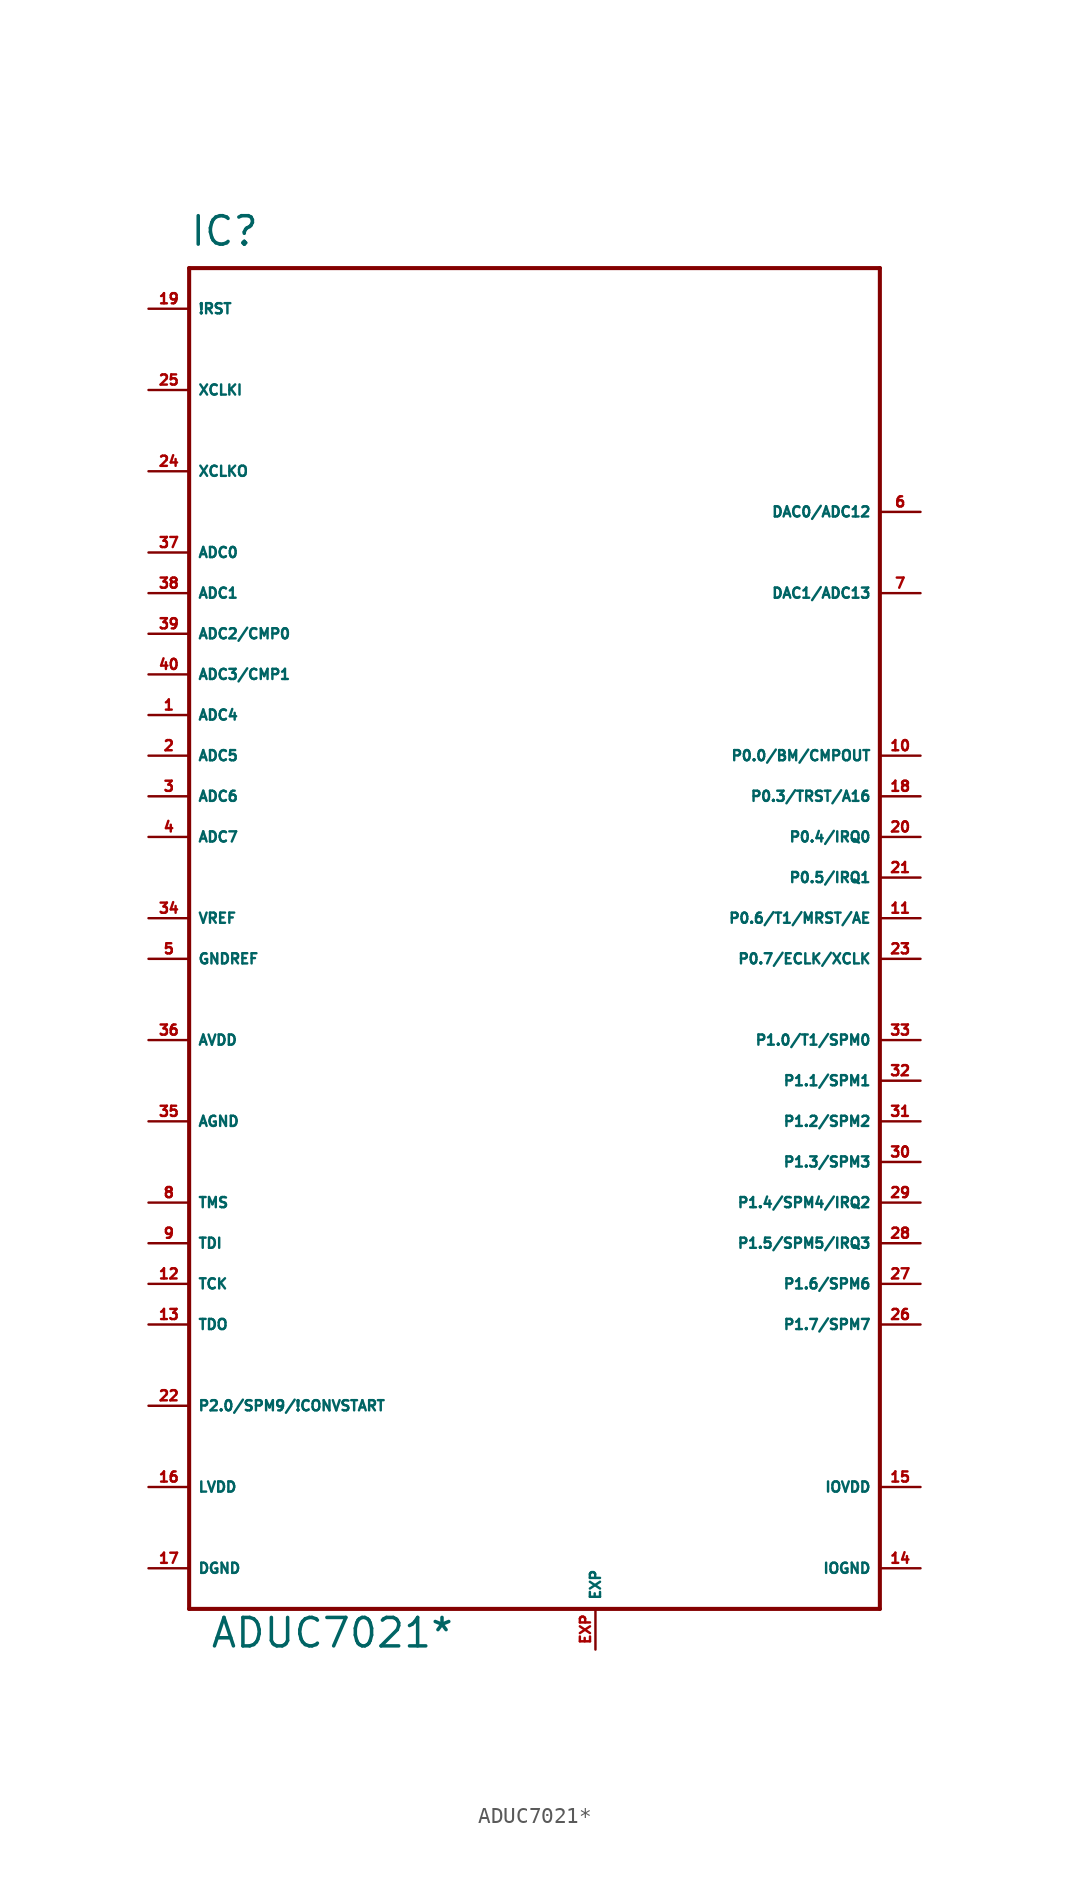
<source format=kicad_sym>
(kicad_symbol_lib
  (version 20220914)
  (generator Eagle2Kicad)
  (symbol "ADUC7021*"
    (property "Reference" "IC"
      (at -22.86 41.91 0)
      (effects (font (size 1.778 1.778) (thickness 0.22)) (justify left bottom)))
    (property "Value" "ADUC7021*"
      (at -21.59 -45.72 0)
      (effects (font (size 1.778 1.778) (thickness 0.22)) (justify left bottom)))
    (polyline
      (pts (xy -22.86 40.64) (xy 20.32 40.64))
      (stroke (width 0.254) (type default))
      (fill (type none)))
    (polyline
      (pts (xy 20.32 40.64) (xy 20.32 -43.18))
      (stroke (width 0.254) (type default))
      (fill (type none)))
    (polyline
      (pts (xy 20.32 -43.18) (xy -22.86 -43.18))
      (stroke (width 0.254) (type default))
      (fill (type none)))
    (polyline
      (pts (xy -22.86 -43.18) (xy -22.86 40.64))
      (stroke (width 0.254) (type default))
      (fill (type none)))
    (pin input line
      (at -25.4 22.86 0)
      (length 2.54)
      (name "ADC0" (effects (font (size 0.635 0.635) (thickness 0.08)) (justify left bottom)))
      (number "37" (effects (font (size 0.635 0.635) (thickness 0.08)) (justify left bottom))))
    (pin input line
      (at -25.4 20.32 0)
      (length 2.54)
      (name "ADC1" (effects (font (size 0.635 0.635) (thickness 0.08)) (justify left bottom)))
      (number "38" (effects (font (size 0.635 0.635) (thickness 0.08)) (justify left bottom))))
    (pin input line
      (at -25.4 17.78 0)
      (length 2.54)
      (name "ADC2/CMP0" (effects (font (size 0.635 0.635) (thickness 0.08)) (justify left bottom)))
      (number "39" (effects (font (size 0.635 0.635) (thickness 0.08)) (justify left bottom))))
    (pin input line
      (at -25.4 15.24 0)
      (length 2.54)
      (name "ADC3/CMP1" (effects (font (size 0.635 0.635) (thickness 0.08)) (justify left bottom)))
      (number "40" (effects (font (size 0.635 0.635) (thickness 0.08)) (justify left bottom))))
    (pin input line
      (at -25.4 12.7 0)
      (length 2.54)
      (name "ADC4" (effects (font (size 0.635 0.635) (thickness 0.08)) (justify left bottom)))
      (number "1" (effects (font (size 0.635 0.635) (thickness 0.08)) (justify left bottom))))
    (pin input line
      (at -25.4 10.16 0)
      (length 2.54)
      (name "ADC5" (effects (font (size 0.635 0.635) (thickness 0.08)) (justify left bottom)))
      (number "2" (effects (font (size 0.635 0.635) (thickness 0.08)) (justify left bottom))))
    (pin input line
      (at -25.4 7.62 0)
      (length 2.54)
      (name "ADC6" (effects (font (size 0.635 0.635) (thickness 0.08)) (justify left bottom)))
      (number "3" (effects (font (size 0.635 0.635) (thickness 0.08)) (justify left bottom))))
    (pin input line
      (at -25.4 5.08 0)
      (length 2.54)
      (name "ADC7" (effects (font (size 0.635 0.635) (thickness 0.08)) (justify left bottom)))
      (number "4" (effects (font (size 0.635 0.635) (thickness 0.08)) (justify left bottom))))
    (pin passive line
      (at -25.4 0 0)
      (length 2.54)
      (name "VREF" (effects (font (size 0.635 0.635) (thickness 0.08)) (justify left bottom)))
      (number "34" (effects (font (size 0.635 0.635) (thickness 0.08)) (justify left bottom))))
    (pin input line
      (at -25.4 38.1 0)
      (length 2.54)
      (name "!RST" (effects (font (size 0.635 0.635) (thickness 0.08)) (justify left bottom)))
      (number "19" (effects (font (size 0.635 0.635) (thickness 0.08)) (justify left bottom))))
    (pin input line
      (at -25.4 33.02 0)
      (length 2.54)
      (name "XCLKI" (effects (font (size 0.635 0.635) (thickness 0.08)) (justify left bottom)))
      (number "25" (effects (font (size 0.635 0.635) (thickness 0.08)) (justify left bottom))))
    (pin output line
      (at -25.4 27.94 0)
      (length 2.54)
      (name "XCLKO" (effects (font (size 0.635 0.635) (thickness 0.08)) (justify left bottom)))
      (number "24" (effects (font (size 0.635 0.635) (thickness 0.08)) (justify left bottom))))
    (pin input line
      (at 22.86 25.4 180)
      (length 2.54)
      (name "DAC0/ADC12" (effects (font (size 0.635 0.635) (thickness 0.08)) (justify left bottom)))
      (number "6" (effects (font (size 0.635 0.635) (thickness 0.08)) (justify left bottom))))
    (pin input line
      (at 22.86 20.32 180)
      (length 2.54)
      (name "DAC1/ADC13" (effects (font (size 0.635 0.635) (thickness 0.08)) (justify left bottom)))
      (number "7" (effects (font (size 0.635 0.635) (thickness 0.08)) (justify left bottom))))
    (pin input line
      (at -25.4 -2.54 0)
      (length 2.54)
      (name "GNDREF" (effects (font (size 0.635 0.635) (thickness 0.08)) (justify left bottom)))
      (number "5" (effects (font (size 0.635 0.635) (thickness 0.08)) (justify left bottom))))
    (pin unspecified line
      (at -25.4 -12.7 0)
      (length 2.54)
      (name "AGND" (effects (font (size 0.635 0.635) (thickness 0.08)) (justify left bottom)))
      (number "35" (effects (font (size 0.635 0.635) (thickness 0.08)) (justify left bottom))))
    (pin unspecified line
      (at -25.4 -7.62 0)
      (length 2.54)
      (name "AVDD" (effects (font (size 0.635 0.635) (thickness 0.08)) (justify left bottom)))
      (number "36" (effects (font (size 0.635 0.635) (thickness 0.08)) (justify left bottom))))
    (pin unspecified line
      (at 22.86 -40.64 180)
      (length 2.54)
      (name "IOGND" (effects (font (size 0.635 0.635) (thickness 0.08)) (justify left bottom)))
      (number "14" (effects (font (size 0.635 0.635) (thickness 0.08)) (justify left bottom))))
    (pin unspecified line
      (at 22.86 -35.56 180)
      (length 2.54)
      (name "IOVDD" (effects (font (size 0.635 0.635) (thickness 0.08)) (justify left bottom)))
      (number "15" (effects (font (size 0.635 0.635) (thickness 0.08)) (justify left bottom))))
    (pin unspecified line
      (at -25.4 -40.64 0)
      (length 2.54)
      (name "DGND" (effects (font (size 0.635 0.635) (thickness 0.08)) (justify left bottom)))
      (number "17" (effects (font (size 0.635 0.635) (thickness 0.08)) (justify left bottom))))
    (pin output line
      (at -25.4 -35.56 0)
      (length 2.54)
      (name "LVDD" (effects (font (size 0.635 0.635) (thickness 0.08)) (justify left bottom)))
      (number "16" (effects (font (size 0.635 0.635) (thickness 0.08)) (justify left bottom))))
    (pin bidirectional line
      (at 22.86 -2.54 180)
      (length 2.54)
      (name "P0.7/ECLK/XCLK" (effects (font (size 0.635 0.635) (thickness 0.08)) (justify left bottom)))
      (number "23" (effects (font (size 0.635 0.635) (thickness 0.08)) (justify left bottom))))
    (pin bidirectional line
      (at 22.86 5.08 180)
      (length 2.54)
      (name "P0.4/IRQ0" (effects (font (size 0.635 0.635) (thickness 0.08)) (justify left bottom)))
      (number "20" (effects (font (size 0.635 0.635) (thickness 0.08)) (justify left bottom))))
    (pin bidirectional line
      (at 22.86 2.54 180)
      (length 2.54)
      (name "P0.5/IRQ1" (effects (font (size 0.635 0.635) (thickness 0.08)) (justify left bottom)))
      (number "21" (effects (font (size 0.635 0.635) (thickness 0.08)) (justify left bottom))))
    (pin bidirectional line
      (at 22.86 7.62 180)
      (length 2.54)
      (name "P0.3/TRST/A16" (effects (font (size 0.635 0.635) (thickness 0.08)) (justify left bottom)))
      (number "18" (effects (font (size 0.635 0.635) (thickness 0.08)) (justify left bottom))))
    (pin bidirectional line
      (at 22.86 0 180)
      (length 2.54)
      (name "P0.6/T1/MRST/AE" (effects (font (size 0.635 0.635) (thickness 0.08)) (justify left bottom)))
      (number "11" (effects (font (size 0.635 0.635) (thickness 0.08)) (justify left bottom))))
    (pin bidirectional line
      (at -25.4 -30.48 0)
      (length 2.54)
      (name "P2.0/SPM9/!CONVSTART" (effects (font (size 0.635 0.635) (thickness 0.08)) (justify left bottom)))
      (number "22" (effects (font (size 0.635 0.635) (thickness 0.08)) (justify left bottom))))
    (pin bidirectional line
      (at 22.86 -7.62 180)
      (length 2.54)
      (name "P1.0/T1/SPM0" (effects (font (size 0.635 0.635) (thickness 0.08)) (justify left bottom)))
      (number "33" (effects (font (size 0.635 0.635) (thickness 0.08)) (justify left bottom))))
    (pin bidirectional line
      (at 22.86 -10.16 180)
      (length 2.54)
      (name "P1.1/SPM1" (effects (font (size 0.635 0.635) (thickness 0.08)) (justify left bottom)))
      (number "32" (effects (font (size 0.635 0.635) (thickness 0.08)) (justify left bottom))))
    (pin bidirectional line
      (at 22.86 -12.7 180)
      (length 2.54)
      (name "P1.2/SPM2" (effects (font (size 0.635 0.635) (thickness 0.08)) (justify left bottom)))
      (number "31" (effects (font (size 0.635 0.635) (thickness 0.08)) (justify left bottom))))
    (pin bidirectional line
      (at 22.86 -15.24 180)
      (length 2.54)
      (name "P1.3/SPM3" (effects (font (size 0.635 0.635) (thickness 0.08)) (justify left bottom)))
      (number "30" (effects (font (size 0.635 0.635) (thickness 0.08)) (justify left bottom))))
    (pin bidirectional line
      (at 22.86 -17.78 180)
      (length 2.54)
      (name "P1.4/SPM4/IRQ2" (effects (font (size 0.635 0.635) (thickness 0.08)) (justify left bottom)))
      (number "29" (effects (font (size 0.635 0.635) (thickness 0.08)) (justify left bottom))))
    (pin bidirectional line
      (at 22.86 -20.32 180)
      (length 2.54)
      (name "P1.5/SPM5/IRQ3" (effects (font (size 0.635 0.635) (thickness 0.08)) (justify left bottom)))
      (number "28" (effects (font (size 0.635 0.635) (thickness 0.08)) (justify left bottom))))
    (pin bidirectional line
      (at 22.86 -22.86 180)
      (length 2.54)
      (name "P1.6/SPM6" (effects (font (size 0.635 0.635) (thickness 0.08)) (justify left bottom)))
      (number "27" (effects (font (size 0.635 0.635) (thickness 0.08)) (justify left bottom))))
    (pin bidirectional line
      (at 22.86 -25.4 180)
      (length 2.54)
      (name "P1.7/SPM7" (effects (font (size 0.635 0.635) (thickness 0.08)) (justify left bottom)))
      (number "26" (effects (font (size 0.635 0.635) (thickness 0.08)) (justify left bottom))))
    (pin input line
      (at -25.4 -17.78 0)
      (length 2.54)
      (name "TMS" (effects (font (size 0.635 0.635) (thickness 0.08)) (justify left bottom)))
      (number "8" (effects (font (size 0.635 0.635) (thickness 0.08)) (justify left bottom))))
    (pin input line
      (at -25.4 -20.32 0)
      (length 2.54)
      (name "TDI" (effects (font (size 0.635 0.635) (thickness 0.08)) (justify left bottom)))
      (number "9" (effects (font (size 0.635 0.635) (thickness 0.08)) (justify left bottom))))
    (pin input line
      (at -25.4 -22.86 0)
      (length 2.54)
      (name "TCK" (effects (font (size 0.635 0.635) (thickness 0.08)) (justify left bottom)))
      (number "12" (effects (font (size 0.635 0.635) (thickness 0.08)) (justify left bottom))))
    (pin output line
      (at -25.4 -25.4 0)
      (length 2.54)
      (name "TDO" (effects (font (size 0.635 0.635) (thickness 0.08)) (justify left bottom)))
      (number "13" (effects (font (size 0.635 0.635) (thickness 0.08)) (justify left bottom))))
    (pin passive line
      (at 2.54 -45.72 90)
      (length 2.54)
      (name "EXP" (effects (font (size 0.635 0.635) (thickness 0.08)) (justify left bottom)))
      (number "EXP" (effects (font (size 0.635 0.635) (thickness 0.08)) (justify left bottom))))
    (pin bidirectional line
      (at 22.86 10.16 180)
      (length 2.54)
      (name "P0.0/BM/CMPOUT" (effects (font (size 0.635 0.635) (thickness 0.08)) (justify left bottom)))
      (number "10" (effects (font (size 0.635 0.635) (thickness 0.08)) (justify left bottom))))))
</source>
